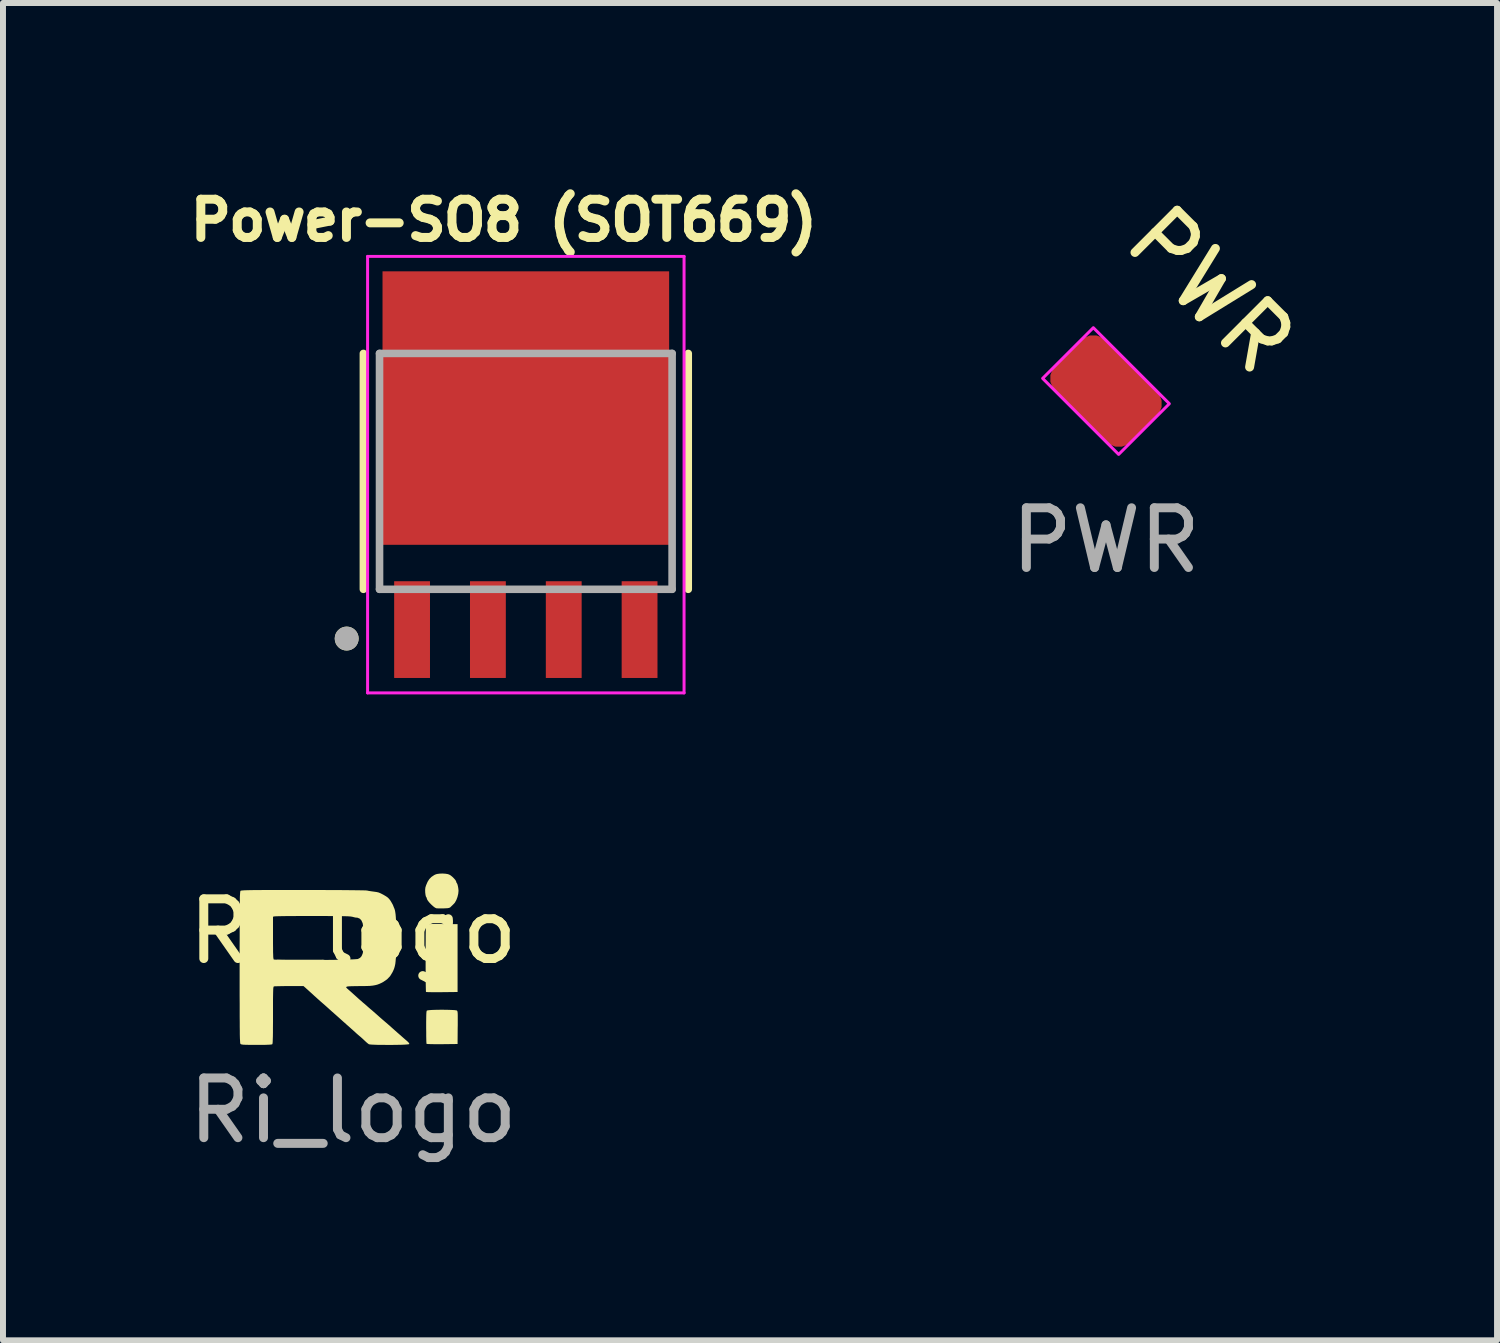
<source format=kicad_pcb>
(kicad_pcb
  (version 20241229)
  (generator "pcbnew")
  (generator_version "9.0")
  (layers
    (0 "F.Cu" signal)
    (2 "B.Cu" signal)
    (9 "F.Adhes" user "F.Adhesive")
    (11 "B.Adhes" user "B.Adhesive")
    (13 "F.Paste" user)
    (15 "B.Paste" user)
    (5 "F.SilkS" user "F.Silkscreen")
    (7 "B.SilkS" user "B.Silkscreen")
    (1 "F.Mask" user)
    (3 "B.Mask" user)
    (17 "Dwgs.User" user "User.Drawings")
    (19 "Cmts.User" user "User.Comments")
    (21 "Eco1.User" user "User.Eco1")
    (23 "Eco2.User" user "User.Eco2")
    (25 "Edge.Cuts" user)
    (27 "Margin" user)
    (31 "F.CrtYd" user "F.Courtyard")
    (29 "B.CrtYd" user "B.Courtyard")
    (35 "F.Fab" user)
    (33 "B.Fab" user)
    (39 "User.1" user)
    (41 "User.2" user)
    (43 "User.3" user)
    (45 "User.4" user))
  (footprint "Ri_logo"
    (layer "F.Cu")
    (at 2.863 13.048)
    (property "Reference" "Ri_logo" (at 0 -0.5 0) (unlocked yes) (layer "F.SilkS") (effects (font (size 1 1) (thickness 0.15))))
    (attr smd exclude_from_bom allow_missing_courtyard)
    (fp_poly (pts (xy 1.436 -0.624) (xy 1.495 -0.623) (xy 1.75 -0.621) (xy 1.75 0.515) (xy 1.489 0.518) (xy 1.42 0.518) (xy 1.358 0.518) (xy 1.305 0.518) (xy 1.262 0.517) (xy 1.234 0.516) (xy 1.222 0.514) (xy 1.221 0.514) (xy 1.22 0.504) (xy 1.219 0.476) (xy 1.218 0.433) (xy 1.217 0.376) (xy 1.216 0.306) (xy 1.216 0.226) (xy 1.215 0.138) (xy 1.215 0.042) (xy 1.215 -0.048) (xy 1.215 -0.168) (xy 1.215 -0.27) (xy 1.216 -0.356) (xy 1.216 -0.426) (xy 1.217 -0.483) (xy 1.218 -0.528) (xy 1.22 -0.562) (xy 1.221 -0.587) (xy 1.223 -0.603) (xy 1.226 -0.612) (xy 1.228 -0.615) (xy 1.239 -0.618) (xy 1.265 -0.621) (xy 1.305 -0.623) (xy 1.362 -0.624)) (stroke (width 0) (type solid)) (fill yes) (layer "F.SilkS"))
    (fp_poly (pts (xy 1.546 0.813) (xy 1.603 0.814) (xy 1.654 0.816) (xy 1.696 0.818) (xy 1.725 0.822) (xy 1.739 0.825) (xy 1.743 0.83) (xy 1.747 0.838) (xy 1.75 0.852) (xy 1.752 0.873) (xy 1.753 0.904) (xy 1.753 0.947) (xy 1.753 1.004) (xy 1.753 1.076) (xy 1.752 1.112) (xy 1.75 1.386) (xy 1.493 1.389) (xy 1.422 1.389) (xy 1.36 1.389) (xy 1.307 1.388) (xy 1.266 1.387) (xy 1.24 1.385) (xy 1.23 1.383) (xy 1.229 1.372) (xy 1.227 1.344) (xy 1.226 1.302) (xy 1.225 1.249) (xy 1.225 1.187) (xy 1.224 1.118) (xy 1.224 1.107) (xy 1.224 1.02) (xy 1.225 0.95) (xy 1.226 0.897) (xy 1.228 0.86) (xy 1.231 0.837) (xy 1.235 0.827) (xy 1.247 0.823) (xy 1.276 0.819) (xy 1.317 0.816) (xy 1.368 0.814) (xy 1.425 0.813) (xy 1.485 0.812)) (stroke (width 0) (type solid)) (fill yes) (layer "F.SilkS"))
    (fp_poly (pts (xy 1.546 -1.466) (xy 1.588 -1.459) (xy 1.61 -1.451) (xy 1.636 -1.436) (xy 1.664 -1.413) (xy 1.691 -1.386) (xy 1.713 -1.361) (xy 1.725 -1.34) (xy 1.726 -1.335) (xy 1.732 -1.315) (xy 1.737 -1.309) (xy 1.746 -1.293) (xy 1.754 -1.264) (xy 1.761 -1.228) (xy 1.765 -1.193) (xy 1.766 -1.179) (xy 1.761 -1.129) (xy 1.748 -1.075) (xy 1.729 -1.025) (xy 1.706 -0.983) (xy 1.69 -0.964) (xy 1.665 -0.939) (xy 1.641 -0.916) (xy 1.636 -0.911) (xy 1.624 -0.9) (xy 1.609 -0.894) (xy 1.588 -0.889) (xy 1.556 -0.887) (xy 1.516 -0.885) (xy 1.472 -0.885) (xy 1.434 -0.885) (xy 1.405 -0.886) (xy 1.395 -0.887) (xy 1.371 -0.898) (xy 1.342 -0.92) (xy 1.31 -0.949) (xy 1.279 -0.981) (xy 1.254 -1.012) (xy 1.238 -1.039) (xy 1.234 -1.055) (xy 1.228 -1.072) (xy 1.223 -1.077) (xy 1.217 -1.092) (xy 1.212 -1.119) (xy 1.208 -1.153) (xy 1.208 -1.154) (xy 1.207 -1.198) (xy 1.211 -1.235) (xy 1.223 -1.273) (xy 1.248 -1.331) (xy 1.276 -1.375) (xy 1.311 -1.411) (xy 1.357 -1.442) (xy 1.374 -1.451) (xy 1.404 -1.461) (xy 1.447 -1.467) (xy 1.497 -1.469)) (stroke (width 0) (type solid)) (fill yes) (layer "F.SilkS"))
    (fp_poly (pts (xy -0.856 -1.193) (xy -0.836 -1.193) (xy -0.674 -1.193) (xy -0.522 -1.193) (xy -0.381 -1.192) (xy -0.253 -1.192) (xy -0.138 -1.191) (xy -0.036 -1.19) (xy 0.05 -1.189) (xy 0.121 -1.188) (xy 0.176 -1.187) (xy 0.214 -1.186) (xy 0.233 -1.184) (xy 0.235 -1.184) (xy 0.263 -1.178) (xy 0.302 -1.172) (xy 0.345 -1.166) (xy 0.353 -1.165) (xy 0.395 -1.159) (xy 0.429 -1.151) (xy 0.462 -1.137) (xy 0.503 -1.116) (xy 0.512 -1.111) (xy 0.554 -1.086) (xy 0.583 -1.065) (xy 0.605 -1.042) (xy 0.626 -1.015) (xy 0.626 -1.014) (xy 0.646 -0.981) (xy 0.663 -0.951) (xy 0.671 -0.933) (xy 0.682 -0.904) (xy 0.692 -0.881) (xy 0.7 -0.857) (xy 0.706 -0.826) (xy 0.712 -0.785) (xy 0.716 -0.734) (xy 0.719 -0.67) (xy 0.721 -0.592) (xy 0.722 -0.499) (xy 0.722 -0.388) (xy 0.722 -0.386) (xy 0.722 -0.279) (xy 0.721 -0.189) (xy 0.719 -0.114) (xy 0.716 -0.051) (xy 0.712 0.001) (xy 0.707 0.045) (xy 0.699 0.082) (xy 0.69 0.115) (xy 0.678 0.146) (xy 0.664 0.176) (xy 0.66 0.184) (xy 0.62 0.25) (xy 0.569 0.303) (xy 0.505 0.347) (xy 0.477 0.362) (xy 0.44 0.379) (xy 0.405 0.392) (xy 0.369 0.401) (xy 0.329 0.408) (xy 0.28 0.413) (xy 0.221 0.415) (xy 0.147 0.416) (xy 0.109 0.416) (xy 0.033 0.417) (xy -0.025 0.418) (xy -0.068 0.42) (xy -0.096 0.423) (xy -0.112 0.429) (xy -0.116 0.436) (xy -0.111 0.445) (xy -0.101 0.455) (xy -0.075 0.478) (xy -0.035 0.513) (xy 0.017 0.56) (xy 0.066 0.604) (xy 0.1 0.635) (xy 0.14 0.669) (xy 0.164 0.691) (xy 0.192 0.714) (xy 0.216 0.735) (xy 0.23 0.747) (xy 0.244 0.76) (xy 0.268 0.781) (xy 0.297 0.806) (xy 0.306 0.813) (xy 0.344 0.846) (xy 0.384 0.881) (xy 0.419 0.912) (xy 0.42 0.913) (xy 0.456 0.945) (xy 0.495 0.979) (xy 0.523 1.003) (xy 0.556 1.031) (xy 0.594 1.064) (xy 0.632 1.097) (xy 0.637 1.102) (xy 0.692 1.151) (xy 0.737 1.191) (xy 0.775 1.224) (xy 0.809 1.254) (xy 0.843 1.284) (xy 0.873 1.31) (xy 0.908 1.34) (xy 0.93 1.362) (xy 0.94 1.376) (xy 0.941 1.386) (xy 0.939 1.388) (xy 0.927 1.391) (xy 0.899 1.394) (xy 0.857 1.397) (xy 0.804 1.399) (xy 0.743 1.4) (xy 0.676 1.401) (xy 0.607 1.402) (xy 0.537 1.401) (xy 0.47 1.401) (xy 0.408 1.4) (xy 0.354 1.398) (xy 0.31 1.396) (xy 0.28 1.393) (xy 0.265 1.39) (xy 0.248 1.378) (xy 0.223 1.357) (xy 0.195 1.331) (xy 0.193 1.329) (xy 0.162 1.3) (xy 0.131 1.272) (xy 0.107 1.252) (xy 0.08 1.229) (xy 0.054 1.206) (xy 0.049 1.202) (xy 0.035 1.188) (xy 0.008 1.164) (xy -0.027 1.133) (xy -0.068 1.096) (xy -0.113 1.057) (xy -0.114 1.055) (xy -0.17 1.006) (xy -0.232 0.95) (xy -0.295 0.894) (xy -0.354 0.842) (xy -0.383 0.816) (xy -0.425 0.778) (xy -0.463 0.744) (xy -0.495 0.716) (xy -0.517 0.697) (xy -0.527 0.688) (xy -0.539 0.678) (xy -0.562 0.657) (xy -0.594 0.629) (xy -0.63 0.596) (xy -0.646 0.582) (xy -0.686 0.545) (xy -0.726 0.509) (xy -0.76 0.478) (xy -0.785 0.456) (xy -0.79 0.451) (xy -0.83 0.416) (xy -1.071 0.416) (xy -1.137 0.416) (xy -1.197 0.417) (xy -1.249 0.418) (xy -1.29 0.419) (xy -1.317 0.42) (xy -1.326 0.422) (xy -1.33 0.425) (xy -1.332 0.431) (xy -1.335 0.443) (xy -1.337 0.462) (xy -1.338 0.49) (xy -1.339 0.527) (xy -1.34 0.576) (xy -1.341 0.638) (xy -1.341 0.715) (xy -1.341 0.807) (xy -1.341 0.903) (xy -1.341 1.017) (xy -1.342 1.114) (xy -1.342 1.194) (xy -1.343 1.259) (xy -1.345 1.309) (xy -1.346 1.346) (xy -1.348 1.371) (xy -1.351 1.385) (xy -1.352 1.389) (xy -1.362 1.393) (xy -1.384 1.396) (xy -1.419 1.398) (xy -1.47 1.4) (xy -1.536 1.4) (xy -1.617 1.401) (xy -1.694 1.4) (xy -1.755 1.4) (xy -1.801 1.399) (xy -1.834 1.398) (xy -1.857 1.395) (xy -1.872 1.392) (xy -1.882 1.388) (xy -1.885 1.386) (xy -1.887 1.382) (xy -1.889 1.376) (xy -1.891 1.365) (xy -1.892 1.349) (xy -1.893 1.328) (xy -1.895 1.299) (xy -1.896 1.263) (xy -1.897 1.218) (xy -1.897 1.164) (xy -1.898 1.098) (xy -1.898 1.022) (xy -1.899 0.932) (xy -1.899 0.83) (xy -1.899 0.713) (xy -1.9 0.581) (xy -1.9 0.432) (xy -1.9 0.266) (xy -1.9 0.104) (xy -1.9 -0.078) (xy -1.9 -0.242) (xy -1.899 -0.389) (xy -1.899 -0.394) (xy -1.341 -0.394) (xy -1.341 -0.297) (xy -1.34 -0.218) (xy -1.34 -0.155) (xy -1.338 -0.107) (xy -1.337 -0.071) (xy -1.334 -0.048) (xy -1.331 -0.034) (xy -1.329 -0.03) (xy -1.317 -0.028) (xy -1.288 -0.026) (xy -1.244 -0.024) (xy -1.186 -0.022) (xy -1.117 -0.021) (xy -1.038 -0.02) (xy -0.951 -0.02) (xy -0.857 -0.02) (xy -0.76 -0.02) (xy -0.659 -0.02) (xy -0.559 -0.021) (xy -0.459 -0.022) (xy -0.362 -0.023) (xy -0.27 -0.024) (xy -0.185 -0.026) (xy -0.108 -0.028) (xy -0.042 -0.03) (xy 0.012 -0.032) (xy 0.053 -0.035) (xy 0.078 -0.037) (xy 0.083 -0.039) (xy 0.117 -0.057) (xy 0.142 -0.085) (xy 0.16 -0.127) (xy 0.173 -0.183) (xy 0.174 -0.19) (xy 0.178 -0.232) (xy 0.18 -0.287) (xy 0.181 -0.35) (xy 0.18 -0.417) (xy 0.177 -0.483) (xy 0.173 -0.544) (xy 0.167 -0.596) (xy 0.161 -0.634) (xy 0.159 -0.64) (xy 0.14 -0.683) (xy 0.112 -0.713) (xy 0.077 -0.728) (xy 0.063 -0.73) (xy 0.038 -0.732) (xy 0.005 -0.74) (xy -0.009 -0.744) (xy -0.021 -0.746) (xy -0.038 -0.749) (xy -0.061 -0.751) (xy -0.092 -0.753) (xy -0.132 -0.754) (xy -0.182 -0.755) (xy -0.244 -0.756) (xy -0.319 -0.757) (xy -0.408 -0.757) (xy -0.513 -0.758) (xy -0.636 -0.758) (xy -0.668 -0.758) (xy -0.775 -0.758) (xy -0.876 -0.758) (xy -0.972 -0.757) (xy -1.058 -0.757) (xy -1.135 -0.756) (xy -1.2 -0.755) (xy -1.252 -0.754) (xy -1.289 -0.753) (xy -1.308 -0.752) (xy -1.311 -0.752) (xy -1.341 -0.746) (xy -1.341 -0.394) (xy -1.899 -0.394) (xy -1.899 -0.519) (xy -1.899 -0.635) (xy -1.899 -0.736) (xy -1.898 -0.823) (xy -1.898 -0.899) (xy -1.897 -0.963) (xy -1.896 -1.016) (xy -1.896 -1.06) (xy -1.895 -1.096) (xy -1.893 -1.123) (xy -1.892 -1.144) (xy -1.89 -1.159) (xy -1.889 -1.169) (xy -1.887 -1.176) (xy -1.885 -1.179) (xy -1.881 -1.181) (xy -1.874 -1.183) (xy -1.863 -1.185) (xy -1.846 -1.186) (xy -1.823 -1.188) (xy -1.793 -1.189) (xy -1.754 -1.19) (xy -1.706 -1.191) (xy -1.648 -1.192) (xy -1.577 -1.192) (xy -1.495 -1.193) (xy -1.398 -1.193) (xy -1.287 -1.193) (xy -1.16 -1.193) (xy -1.017 -1.193)) (stroke (width 0) (type solid)) (fill yes) (layer "F.SilkS"))
    (fp_text user "${REFERENCE}" (at 0 2.5 0) (unlocked yes) (layer "F.Fab") (effects (font (size 1 1) (thickness 0.15)))))
  (footprint "PWR"
    (layer "F.Cu")
    (at 15.472 3.499)
    (property "Reference" "PWR" (at 1.75 -1.7 315) (unlocked yes) (layer "F.SilkS") (effects (font (size 1 1) (thickness 0.15))))
    (attr smd)
    (fp_poly (pts (xy 0.212 1.061) (xy -1.061 -0.212) (xy -0.212 -1.061) (xy 1.061 0.212)) (stroke (width 0.05) (type solid)) (fill no) (layer "F.CrtYd"))
    (fp_text user "${REFERENCE}" (at 0 2.5 0) (unlocked yes) (layer "F.Fab") (effects (font (size 1 1) (thickness 0.15))))
    (pad "1" smd roundrect (at 0 0 315) (size 1.8 1.2) (layers "F.Cu" "F.Mask" "F.Paste") (roundrect_rratio 0.25)))
  (footprint "Power-SO8 (SOT669)"
    (layer "F.Cu")
    (at 5.756 4.844)
    (property "Reference" "Power-SO8 (SOT669)" (at -0.368 -4.206 0) (layer "F.SilkS") (effects (font (size 0.64 0.64) (thickness 0.15))))
    (attr through_hole)
    (fp_line (start -2.72 -1.975) (end -2.72 1.975) (stroke (width 0.127) (type solid)) (layer "F.SilkS"))
    (fp_line (start 2.72 1.975) (end 2.72 -1.975) (stroke (width 0.127) (type solid)) (layer "F.SilkS"))
    (fp_circle (center -3 2.8) (end -2.9 2.8) (stroke (width 0.2) (type solid)) (fill no) (layer "F.SilkS"))
    (fp_poly (pts (xy -1.97 -2.92) (xy -0.43 -2.92) (xy -0.43 -1.49) (xy -1.97 -1.49)) (stroke (width 0.01) (type solid)) (fill yes) (layer "F.Paste"))
    (fp_poly (pts (xy -1.97 -0.63) (xy -0.43 -0.63) (xy -0.43 0.8) (xy -1.97 0.8)) (stroke (width 0.01) (type solid)) (fill yes) (layer "F.Paste"))
    (fp_poly (pts (xy 0.43 -2.92) (xy 1.97 -2.92) (xy 1.97 -1.49) (xy 0.43 -1.49)) (stroke (width 0.01) (type solid)) (fill yes) (layer "F.Paste"))
    (fp_poly (pts (xy 0.43 -0.63) (xy 1.97 -0.63) (xy 1.97 0.8) (xy 0.43 0.8)) (stroke (width 0.01) (type solid)) (fill yes) (layer "F.Paste"))
    (fp_line (start -2.65 -3.6) (end -2.65 3.71) (stroke (width 0.05) (type solid)) (layer "F.CrtYd"))
    (fp_line (start -2.65 3.71) (end 2.65 3.71) (stroke (width 0.05) (type solid)) (layer "F.CrtYd"))
    (fp_line (start 2.65 -3.6) (end -2.65 -3.6) (stroke (width 0.05) (type solid)) (layer "F.CrtYd"))
    (fp_line (start 2.65 3.71) (end 2.65 -3.6) (stroke (width 0.05) (type solid)) (layer "F.CrtYd"))
    (fp_line (start -2.45 -1.975) (end -2.45 1.975) (stroke (width 0.127) (type solid)) (layer "F.Fab"))
    (fp_line (start -2.45 1.975) (end 2.45 1.975) (stroke (width 0.127) (type solid)) (layer "F.Fab"))
    (fp_line (start 2.45 -1.975) (end -2.45 -1.975) (stroke (width 0.127) (type solid)) (layer "F.Fab"))
    (fp_line (start 2.45 1.975) (end 2.45 -1.975) (stroke (width 0.127) (type solid)) (layer "F.Fab"))
    (fp_circle (center -3 2.8) (end -2.9 2.8) (stroke (width 0.2) (type solid)) (fill no) (layer "F.Fab"))
    (pad "1" smd rect (at -1.905 2.65 90) (size 1.62 0.6) (layers "F.Cu" "F.Mask" "F.Paste"))
    (pad "2" smd rect (at -0.635 2.65 90) (size 1.62 0.6) (layers "F.Cu" "F.Mask" "F.Paste"))
    (pad "3" smd rect (at 0.635 2.65 90) (size 1.62 0.6) (layers "F.Cu" "F.Mask" "F.Paste"))
    (pad "4" smd rect (at 1.905 2.65 90) (size 1.62 0.6) (layers "F.Cu" "F.Mask" "F.Paste"))
    (pad "5" smd rect (at 0 -1.06) (size 4.8 4.58) (layers "F.Cu" "F.Mask")))
  (gr_rect
    (start -3 -3)
    (end 22.021 19.396)
    (stroke (width 0.1) (type default))
    (fill no)
    (layer "Edge.Cuts")))
</source>
